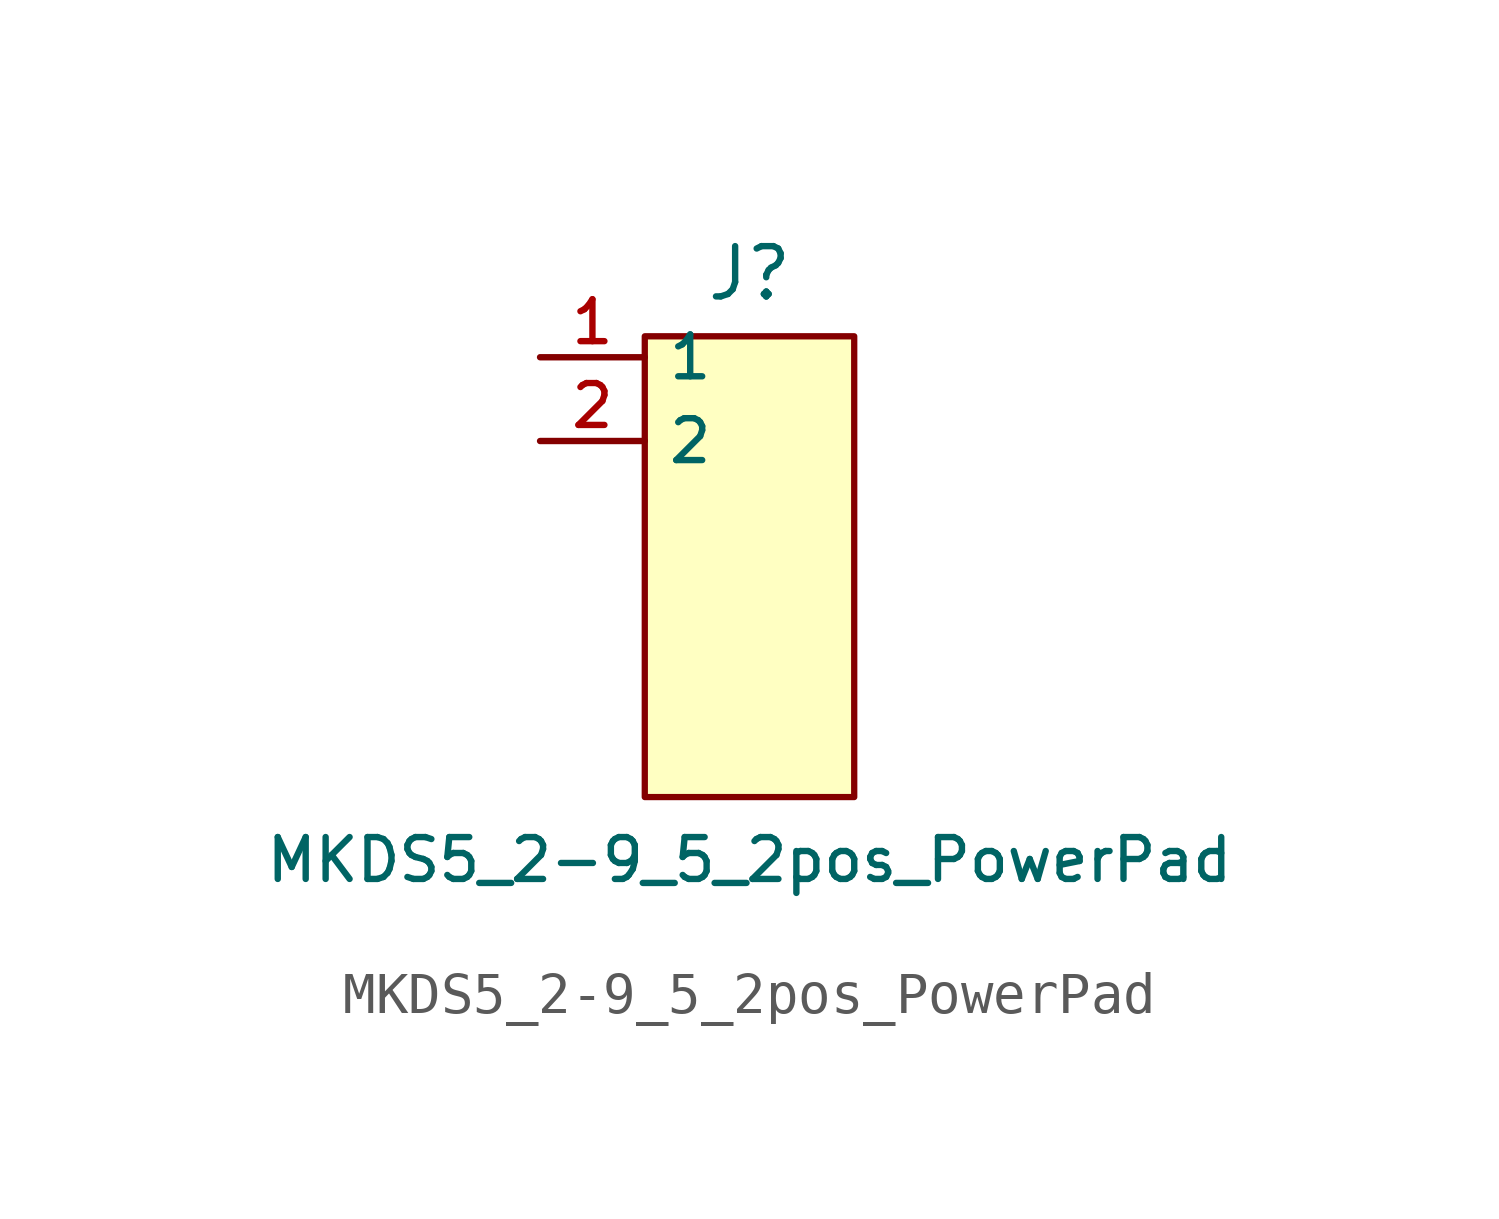
<source format=kicad_sym>
(kicad_symbol_lib
  (version 20211014)
  (generator KiCad)
  (symbol "MKDS5_2-9_5_2pos_PowerPad"
    (property "Reference" "J"
      (at 0 7 0)
      (effects (font (size 1.2 1.2))))
    (property "Value" "MKDS5_2-9_5_2pos_PowerPad"
      (at 0 -7 0)
      (effects (font (size 1.0 1.0))))
    (rectangle
      (start -2.5 5.5)
      (end 2.5 -5.5)
      (stroke (width 0.15) (type default))
      (fill (type background)))
    (pin passive line
      (at -5 5 0)
      (length 2.5)
      (name "1" (effects (font (size 1 1))))
      (number "1" (effects (font (size 1 1)))))
    (pin passive line
      (at -5 3 0)
      (length 2.5)
      (name "2" (effects (font (size 1 1))))
      (number "2" (effects (font (size 1 1)))))))
</source>
